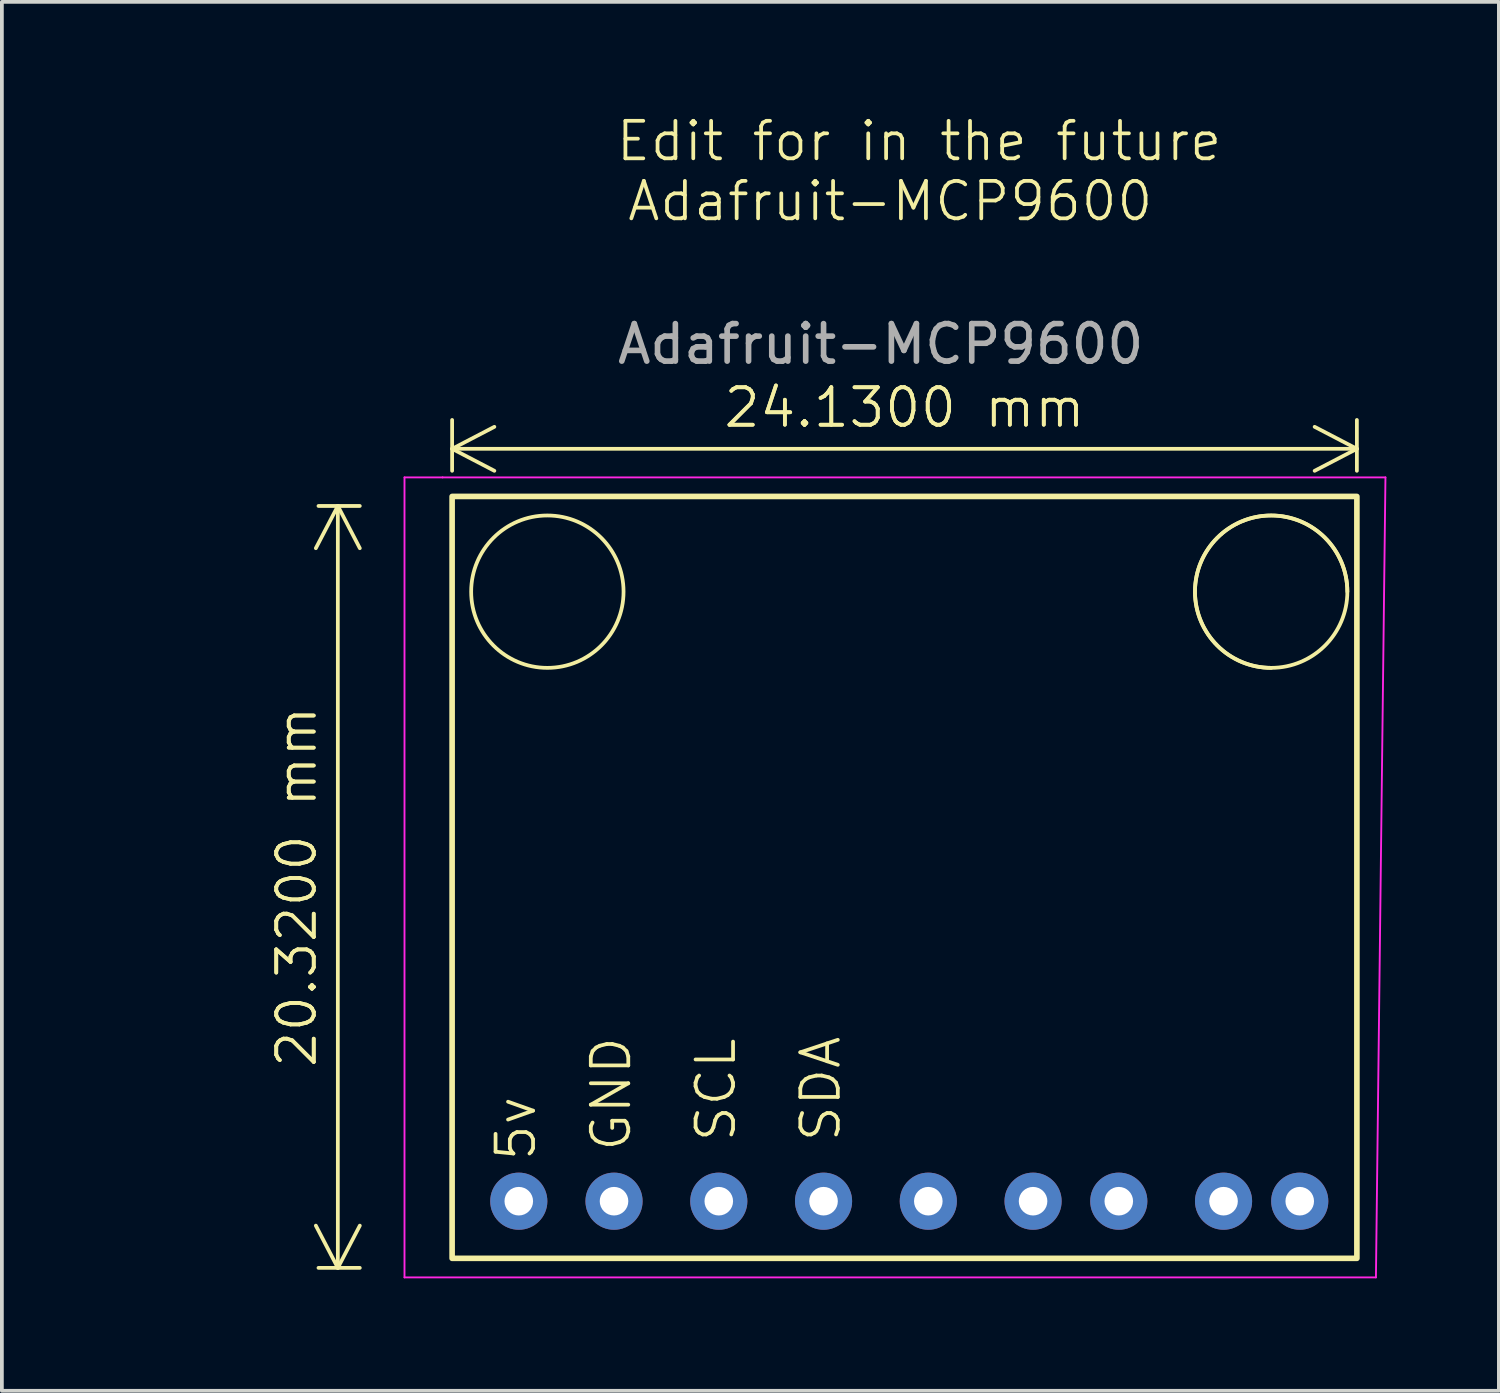
<source format=kicad_pcb>
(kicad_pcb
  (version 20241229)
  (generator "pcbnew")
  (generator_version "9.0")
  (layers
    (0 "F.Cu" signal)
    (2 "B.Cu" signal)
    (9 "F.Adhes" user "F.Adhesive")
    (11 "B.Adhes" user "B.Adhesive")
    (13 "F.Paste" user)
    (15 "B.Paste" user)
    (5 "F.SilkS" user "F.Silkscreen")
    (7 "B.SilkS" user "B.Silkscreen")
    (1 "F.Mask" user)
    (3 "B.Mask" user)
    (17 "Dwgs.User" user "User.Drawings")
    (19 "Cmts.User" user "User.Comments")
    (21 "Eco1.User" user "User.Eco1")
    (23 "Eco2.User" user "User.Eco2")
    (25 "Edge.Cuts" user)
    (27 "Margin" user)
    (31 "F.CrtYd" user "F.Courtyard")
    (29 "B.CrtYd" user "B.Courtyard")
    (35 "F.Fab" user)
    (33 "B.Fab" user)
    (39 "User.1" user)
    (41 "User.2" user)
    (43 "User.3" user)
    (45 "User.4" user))
  (footprint "Adafruit-MCP9600"
    (layer "F.Cu")
    (at 20.438 18.826)
    (property "Reference" "Adafruit-MCP9600" (at 0.254 -16.51 0) (unlocked yes) (layer "F.SilkS") (effects (font (size 1 1) (thickness 0.1))))
    (attr through_hole)
    (fp_rect (start -11.43 -8.636) (end 12.7 11.684) (stroke (width 0.15) (type default)) (fill no) (layer "F.SilkS"))
    (fp_arc (start 10.414 -4.064) (mid 8.977159 -7.532841) (end 12.446 -6.096) (stroke (width 0.1) (type default)) (layer "F.SilkS"))
    (fp_circle (center -8.89 -6.096) (end -6.858 -6.096) (stroke (width 0.1) (type default)) (fill no) (layer "F.SilkS"))
    (fp_circle (center 10.414 -6.096) (end 12.446 -6.096) (stroke (width 0.1) (type default)) (fill no) (layer "F.SilkS"))
    (fp_line (start -12.7 -9.144) (end -11.684 -9.144) (stroke (width 0.05) (type default)) (layer "F.CrtYd"))
    (fp_line (start -12.7 12.192) (end -12.7 -9.144) (stroke (width 0.05) (type default)) (layer "F.CrtYd"))
    (fp_line (start -11.684 -9.144) (end 13.462 -9.144) (stroke (width 0.05) (type default)) (layer "F.CrtYd"))
    (fp_line (start 13.208 12.192) (end -12.7 12.192) (stroke (width 0.05) (type default)) (layer "F.CrtYd"))
    (fp_line (start 13.462 -9.144) (end 13.208 12.192) (stroke (width 0.05) (type default)) (layer "F.CrtYd"))
    (fp_text user "Edit for in the future " (at -7.112 -17.526 0) (unlocked yes) (layer "F.SilkS") (effects (font (size 1 1) (thickness 0.1)) (justify left bottom)))
    (fp_text user "SCL" (at -3.81 8.636 90) (unlocked yes) (layer "F.SilkS") (effects (font (size 1 1) (thickness 0.1)) (justify left bottom)))
    (fp_text user "GND" (at -6.604 8.89 90) (unlocked yes) (layer "F.SilkS") (effects (font (size 1 1) (thickness 0.1)) (justify left bottom)))
    (fp_text user "SDA" (at -1.016 8.636 90) (unlocked yes) (layer "F.SilkS") (effects (font (size 1 1) (thickness 0.1)) (justify left bottom)))
    (fp_text user "5v" (at -9.144 9.144 90) (unlocked yes) (layer "F.SilkS") (effects (font (size 1 1) (thickness 0.1)) (justify left bottom)))
    (fp_text user "${REFERENCE}" (at 0 -12.7 0) (unlocked yes) (layer "F.Fab") (effects (font (size 1 1) (thickness 0.15))))
    (dimension (type aligned) (layer "F.SilkS") (pts (xy 4.944 10.444) (xy 4.944 30.764)) (height -1.016) (format (prefix "") (suffix "") (units 3) (units_format 1) (precision 4)) (style (thickness 0.1) (arrow_length 1.27) (text_position_mode 0) (arrow_direction outward) (extension_height 0.586) (extension_offset 0.5) (keep_text_aligned yes)) (gr_text "20.3200 mm" (at 4.86 20.604 90) (layer "F.SilkS") (effects (font (size 1 1) (thickness 0.1)))))
    (dimension (type aligned) (layer "F.SilkS") (pts (xy 9.008 7.65) (xy 33.138 7.65)) (height 1.27) (format (prefix "") (suffix "") (units 3) (units_format 1) (precision 4)) (style (thickness 0.1) (arrow_length 1.27) (text_position_mode 0) (arrow_direction outward) (extension_height 0.586) (extension_offset 0.5) (keep_text_aligned yes)) (gr_text "24.1300 mm" (at 21.073 7.82 0) (layer "F.SilkS") (effects (font (size 1 1) (thickness 0.1)))))
    (pad "1" thru_hole circle (at -9.652 10.16) (size 1.524 1.524) (drill 0.762) (layers "*.Cu" "*.Mask"))
    (pad "2" thru_hole circle (at -7.112 10.16) (size 1.524 1.524) (drill 0.762) (layers "*.Cu" "*.Mask"))
    (pad "3" thru_hole circle (at -4.318 10.16) (size 1.524 1.524) (drill 0.762) (layers "*.Cu" "*.Mask"))
    (pad "4" thru_hole circle (at -1.524 10.16) (size 1.524 1.524) (drill 0.762) (layers "*.Cu" "*.Mask"))
    (pad "5" thru_hole circle (at 1.27 10.16) (size 1.524 1.524) (drill 0.762) (layers "*.Cu" "*.Mask"))
    (pad "6" thru_hole circle (at 4.064 10.16) (size 1.524 1.524) (drill 0.762) (layers "*.Cu" "*.Mask"))
    (pad "7" thru_hole circle (at 6.35 10.16) (size 1.524 1.524) (drill 0.762) (layers "*.Cu" "*.Mask"))
    (pad "8" thru_hole circle (at 9.144 10.16) (size 1.524 1.524) (drill 0.762) (layers "*.Cu" "*.Mask"))
    (pad "9" thru_hole circle (at 11.176 10.16) (size 1.524 1.524) (drill 0.762) (layers "*.Cu" "*.Mask")))
  (gr_rect
    (start -3 -3)
    (end 36.925 34.043)
    (stroke (width 0.1) (type default))
    (fill no)
    (layer "Edge.Cuts")))
</source>
